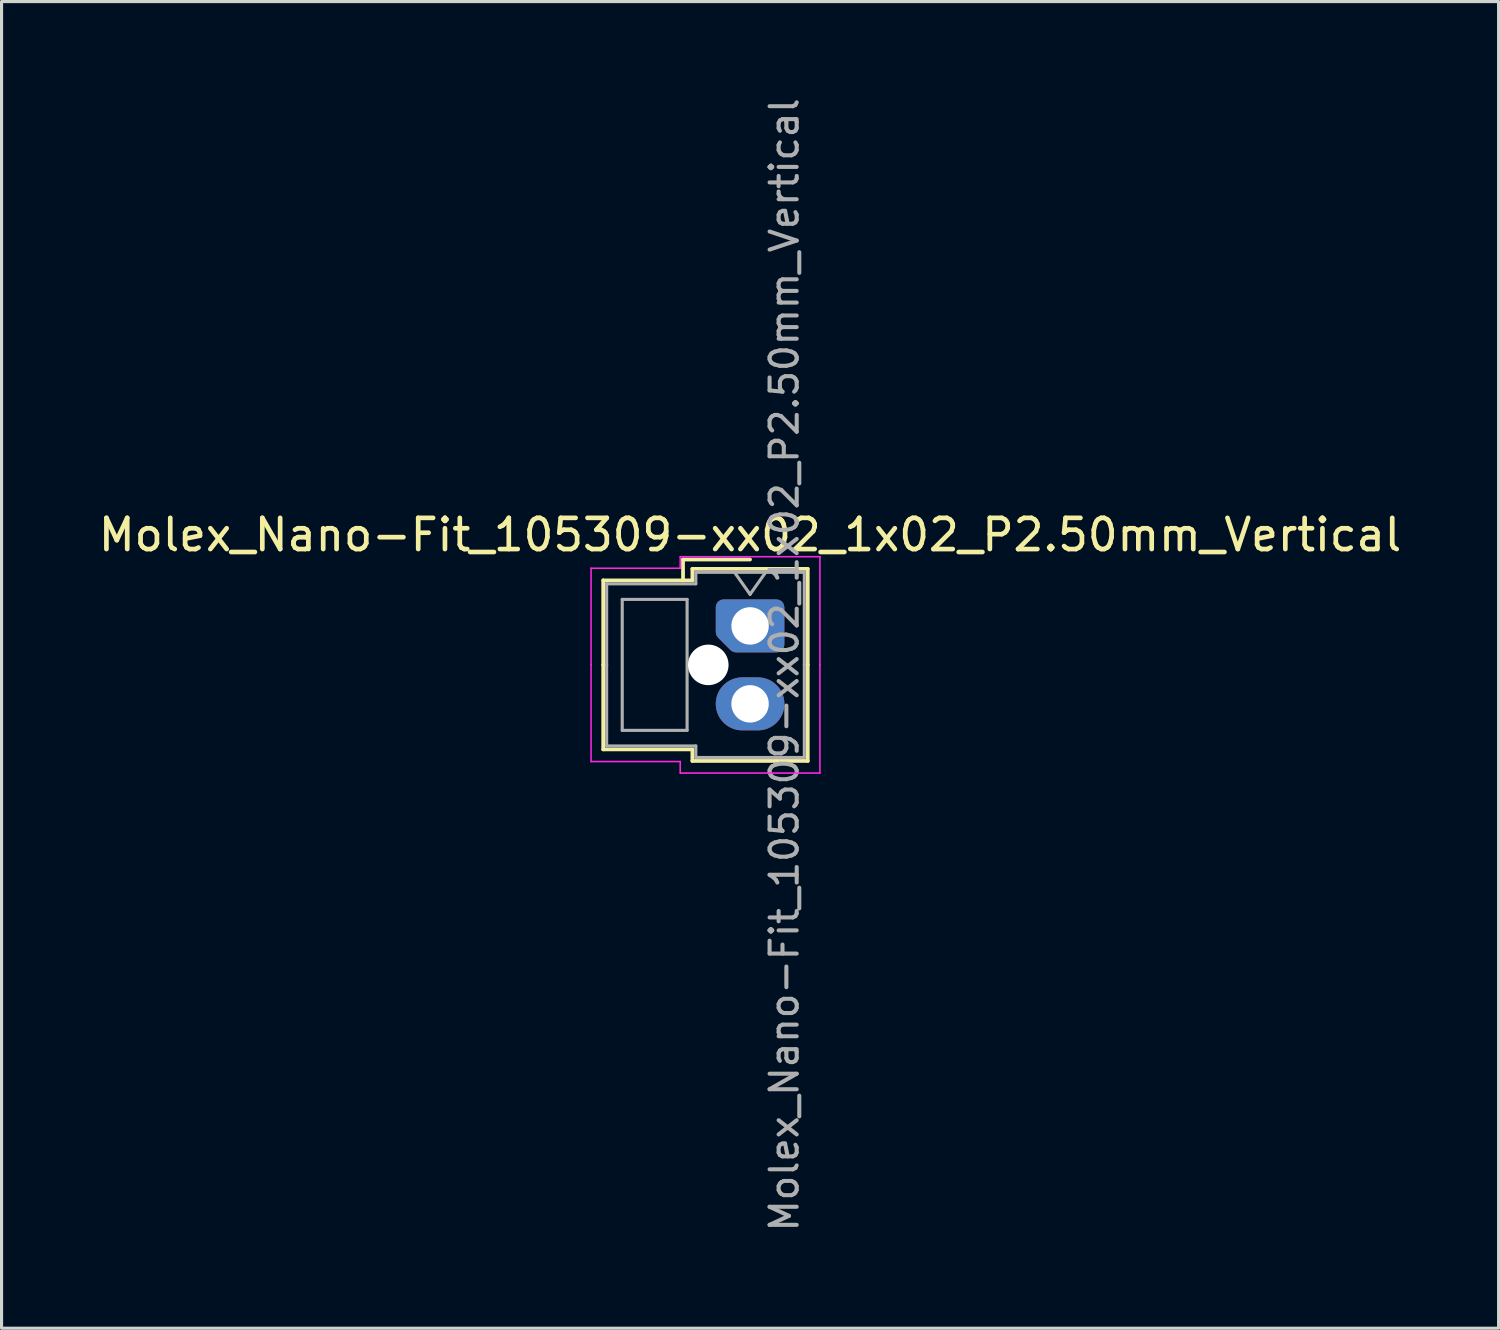
<source format=kicad_pcb>
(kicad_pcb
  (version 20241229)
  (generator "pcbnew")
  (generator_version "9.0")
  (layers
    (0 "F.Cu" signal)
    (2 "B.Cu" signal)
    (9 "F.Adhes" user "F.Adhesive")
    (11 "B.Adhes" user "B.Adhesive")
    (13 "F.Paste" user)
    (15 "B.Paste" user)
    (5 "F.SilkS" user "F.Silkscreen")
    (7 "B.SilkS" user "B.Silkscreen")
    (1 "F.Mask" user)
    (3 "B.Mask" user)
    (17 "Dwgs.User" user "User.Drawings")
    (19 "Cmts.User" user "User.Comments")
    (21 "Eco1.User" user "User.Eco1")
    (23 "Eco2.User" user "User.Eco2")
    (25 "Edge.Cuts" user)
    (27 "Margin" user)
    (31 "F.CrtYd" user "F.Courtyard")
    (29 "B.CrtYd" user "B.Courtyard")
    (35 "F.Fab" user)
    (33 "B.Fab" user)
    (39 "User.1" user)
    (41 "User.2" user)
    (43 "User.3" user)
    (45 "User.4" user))
  (footprint "Molex_Nano-Fit_105309-xx02_1x02_P2.50mm_Vertical"
    (layer "F.Cu")
    (at 21.006 17.024)
    (property "Reference" "Molex_Nano-Fit_105309-xx02_1x02_P2.50mm_Vertical" (at 0 -2.92 0) (layer "F.SilkS") (effects (font (size 1 1) (thickness 0.15))))
    (attr through_hole)
    (fp_line (start -4.71 -1.46) (end -4.71 1.25) (stroke (width 0.12) (type solid)) (layer "F.SilkS"))
    (fp_line (start -4.71 3.96) (end -4.71 1.25) (stroke (width 0.12) (type solid)) (layer "F.SilkS"))
    (fp_line (start -2.15 -2.13) (end -2.15 -1.46) (stroke (width 0.12) (type solid)) (layer "F.SilkS"))
    (fp_line (start -1.85 -1.83) (end -1.85 -1.46) (stroke (width 0.12) (type solid)) (layer "F.SilkS"))
    (fp_line (start -1.85 -1.46) (end -4.71 -1.46) (stroke (width 0.12) (type solid)) (layer "F.SilkS"))
    (fp_line (start -1.85 3.96) (end -4.71 3.96) (stroke (width 0.12) (type solid)) (layer "F.SilkS"))
    (fp_line (start -1.85 4.33) (end -1.85 3.96) (stroke (width 0.12) (type solid)) (layer "F.SilkS"))
    (fp_line (start 0 -2.13) (end -2.15 -2.13) (stroke (width 0.12) (type solid)) (layer "F.SilkS"))
    (fp_line (start 1.85 -1.83) (end -1.85 -1.83) (stroke (width 0.12) (type solid)) (layer "F.SilkS"))
    (fp_line (start 1.85 1.25) (end 1.85 -1.83) (stroke (width 0.12) (type solid)) (layer "F.SilkS"))
    (fp_line (start 1.85 1.25) (end 1.85 4.33) (stroke (width 0.12) (type solid)) (layer "F.SilkS"))
    (fp_line (start 1.85 4.33) (end -1.85 4.33) (stroke (width 0.12) (type solid)) (layer "F.SilkS"))
    (fp_line (start -5.1 -1.85) (end -5.1 1.25) (stroke (width 0.05) (type solid)) (layer "F.CrtYd"))
    (fp_line (start -5.1 4.35) (end -5.1 1.25) (stroke (width 0.05) (type solid)) (layer "F.CrtYd"))
    (fp_line (start -2.24 -2.22) (end -2.24 -1.85) (stroke (width 0.05) (type solid)) (layer "F.CrtYd"))
    (fp_line (start -2.24 -1.85) (end -5.1 -1.85) (stroke (width 0.05) (type solid)) (layer "F.CrtYd"))
    (fp_line (start -2.24 4.35) (end -5.1 4.35) (stroke (width 0.05) (type solid)) (layer "F.CrtYd"))
    (fp_line (start -2.24 4.72) (end -2.24 4.35) (stroke (width 0.05) (type solid)) (layer "F.CrtYd"))
    (fp_line (start 2.24 -2.22) (end -2.24 -2.22) (stroke (width 0.05) (type solid)) (layer "F.CrtYd"))
    (fp_line (start 2.24 1.25) (end 2.24 -2.22) (stroke (width 0.05) (type solid)) (layer "F.CrtYd"))
    (fp_line (start 2.24 1.25) (end 2.24 4.72) (stroke (width 0.05) (type solid)) (layer "F.CrtYd"))
    (fp_line (start 2.24 4.72) (end -2.24 4.72) (stroke (width 0.05) (type solid)) (layer "F.CrtYd"))
    (fp_line (start -4.6 -1.35) (end -4.6 1.25) (stroke (width 0.1) (type solid)) (layer "F.Fab"))
    (fp_line (start -4.6 3.85) (end -4.6 1.25) (stroke (width 0.1) (type solid)) (layer "F.Fab"))
    (fp_line (start -4.1 -0.85) (end -4.1 3.35) (stroke (width 0.1) (type solid)) (layer "F.Fab"))
    (fp_line (start -4.1 3.35) (end -2.02 3.35) (stroke (width 0.1) (type solid)) (layer "F.Fab"))
    (fp_line (start -2.02 -0.85) (end -4.1 -0.85) (stroke (width 0.1) (type solid)) (layer "F.Fab"))
    (fp_line (start -2.02 3.35) (end -2.02 -0.85) (stroke (width 0.1) (type solid)) (layer "F.Fab"))
    (fp_line (start -1.74 -1.72) (end -1.74 -1.35) (stroke (width 0.1) (type solid)) (layer "F.Fab"))
    (fp_line (start -1.74 -1.35) (end -4.6 -1.35) (stroke (width 0.1) (type solid)) (layer "F.Fab"))
    (fp_line (start -1.74 3.85) (end -4.6 3.85) (stroke (width 0.1) (type solid)) (layer "F.Fab"))
    (fp_line (start -1.74 4.22) (end -1.74 3.85) (stroke (width 0.1) (type solid)) (layer "F.Fab"))
    (fp_line (start -0.5 -1.72) (end 0 -1.013) (stroke (width 0.1) (type solid)) (layer "F.Fab"))
    (fp_line (start 0 -1.013) (end 0.5 -1.72) (stroke (width 0.1) (type solid)) (layer "F.Fab"))
    (fp_line (start 1.74 -1.72) (end -1.74 -1.72) (stroke (width 0.1) (type solid)) (layer "F.Fab"))
    (fp_line (start 1.74 1.25) (end 1.74 -1.72) (stroke (width 0.1) (type solid)) (layer "F.Fab"))
    (fp_line (start 1.74 1.25) (end 1.74 4.22) (stroke (width 0.1) (type solid)) (layer "F.Fab"))
    (fp_line (start 1.74 4.22) (end -1.74 4.22) (stroke (width 0.1) (type solid)) (layer "F.Fab"))
    (fp_text user "${REFERENCE}" (at 1.1 1.25 90) (layer "F.Fab") (effects (font (size 0.87 0.87) (thickness 0.13))))
    (pad "" np_thru_hole circle (at -1.34 1.25) (size 1.3 1.3) (drill 1.3) (layers "*.Cu" "*.Mask"))
    (pad "1" thru_hole custom (at 0 0) (size 1.417 1.417) (drill 1.2) (layers "*.Cu" "*.Mask") (options (anchor circle)) (primitives (gr_poly (pts (xy 0.85 0.6) (xy -0.45 0.6) (xy -0.85 0.2) (xy -0.85 -0.6) (xy 0.85 -0.6)) (width 0.5) (fill yes))))
    (pad "2" thru_hole oval (at 0 2.5) (size 2.2 1.7) (drill 1.2) (layers "*.Cu" "*.Mask")))
  (gr_rect
    (start -3 -3)
    (end 45.012 39.549)
    (stroke (width 0.1) (type default))
    (fill no)
    (layer "Edge.Cuts")))
</source>
